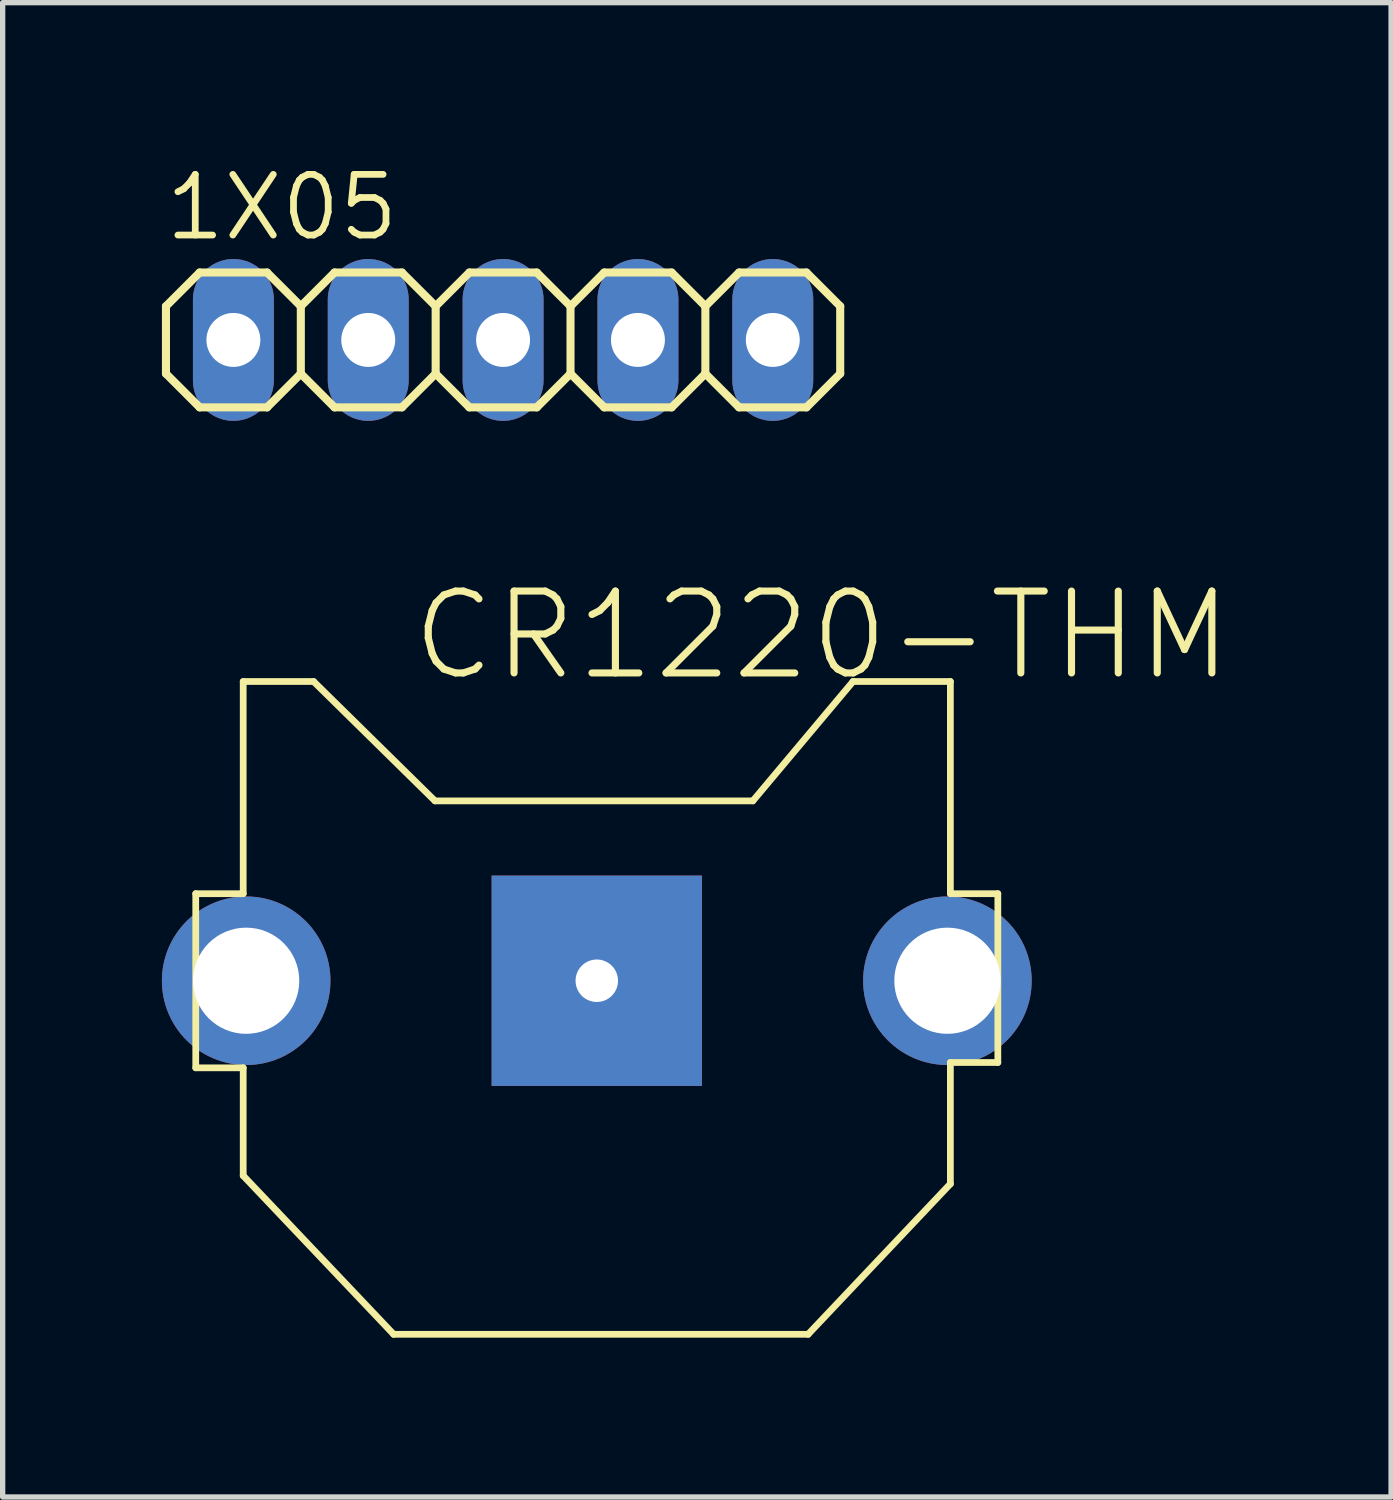
<source format=kicad_pcb>
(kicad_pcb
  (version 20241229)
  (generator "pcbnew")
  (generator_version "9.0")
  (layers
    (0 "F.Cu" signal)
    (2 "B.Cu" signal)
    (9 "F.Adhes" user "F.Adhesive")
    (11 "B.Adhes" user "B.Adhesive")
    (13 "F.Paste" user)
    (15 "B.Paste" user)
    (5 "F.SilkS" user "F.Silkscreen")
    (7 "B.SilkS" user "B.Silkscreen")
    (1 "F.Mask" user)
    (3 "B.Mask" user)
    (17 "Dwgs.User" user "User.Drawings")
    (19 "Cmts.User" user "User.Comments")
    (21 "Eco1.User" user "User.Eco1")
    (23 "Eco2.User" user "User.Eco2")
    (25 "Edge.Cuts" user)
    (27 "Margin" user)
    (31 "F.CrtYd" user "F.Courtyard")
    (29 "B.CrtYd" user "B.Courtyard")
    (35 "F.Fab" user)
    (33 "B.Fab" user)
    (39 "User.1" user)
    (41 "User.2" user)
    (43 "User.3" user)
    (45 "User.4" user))
  (footprint "CR1220-THM"
    (layer "F.Cu")
    (at 8.191 15.423)
    (property "Reference" "CR1220-THM" (at -3.556 -5.602 0) (layer "F.SilkS") (effects (font (size 1.542 1.542) (thickness 0.134)) (justify left bottom)))
    (fp_line (start -7.554 -1.64) (end -7.554 1.64) (stroke (width 0.127) (type solid)) (layer "F.SilkS"))
    (fp_line (start -7.554 1.64) (end -6.66 1.64) (stroke (width 0.127) (type solid)) (layer "F.SilkS"))
    (fp_line (start -6.66 -5.636) (end -6.66 -1.64) (stroke (width 0.127) (type solid)) (layer "F.SilkS"))
    (fp_line (start -6.66 -1.64) (end -7.554 -1.64) (stroke (width 0.127) (type solid)) (layer "F.SilkS"))
    (fp_line (start -6.66 1.64) (end -6.66 3.672) (stroke (width 0.127) (type solid)) (layer "F.SilkS"))
    (fp_line (start -6.66 3.672) (end -3.826 6.66) (stroke (width 0.127) (type solid)) (layer "F.SilkS"))
    (fp_line (start -5.334 -5.636) (end -6.66 -5.636) (stroke (width 0.127) (type solid)) (layer "F.SilkS"))
    (fp_line (start -3.826 6.66) (end 3.98 6.66) (stroke (width 0.127) (type solid)) (layer "F.SilkS"))
    (fp_line (start -3.048 -3.388) (end -5.334 -5.636) (stroke (width 0.127) (type solid)) (layer "F.SilkS"))
    (fp_line (start 2.94 -3.388) (end -3.048 -3.388) (stroke (width 0.127) (type solid)) (layer "F.SilkS"))
    (fp_line (start 3.98 6.66) (end 6.66 3.826) (stroke (width 0.127) (type solid)) (layer "F.SilkS"))
    (fp_line (start 4.826 -5.636) (end 2.94 -3.388) (stroke (width 0.127) (type solid)) (layer "F.SilkS"))
    (fp_line (start 6.66 -5.636) (end 4.826 -5.636) (stroke (width 0.127) (type solid)) (layer "F.SilkS"))
    (fp_line (start 6.66 -1.64) (end 6.66 -5.636) (stroke (width 0.127) (type solid)) (layer "F.SilkS"))
    (fp_line (start 6.66 1.54) (end 7.554 1.54) (stroke (width 0.127) (type solid)) (layer "F.SilkS"))
    (fp_line (start 6.66 3.826) (end 6.66 1.54) (stroke (width 0.127) (type solid)) (layer "F.SilkS"))
    (fp_line (start 7.554 -1.64) (end 6.66 -1.64) (stroke (width 0.127) (type solid)) (layer "F.SilkS"))
    (fp_line (start 7.554 1.54) (end 7.554 -1.64) (stroke (width 0.127) (type solid)) (layer "F.SilkS"))
    (pad "+1" thru_hole circle (at -6.604 0) (size 3.175 3.175) (drill 2) (layers "*.Cu" "*.Mask"))
    (pad "+2" thru_hole circle (at 6.604 0) (size 3.175 3.175) (drill 2) (layers "*.Cu" "*.Mask"))
    (pad "-" thru_hole rect (at 0 0) (size 3.962 3.962) (drill 0.8) (layers "*.Cu" "*.Mask")))
  (footprint "1X05"
    (layer "F.Cu")
    (at 6.426 3.353)
    (property "Reference" "1X05" (at -6.426 -1.829 0) (layer "F.SilkS") (effects (font (size 1.143 1.143) (thickness 0.127)) (justify left bottom)))
    (fp_line (start -6.35 -0.635) (end -6.35 0.635) (stroke (width 0.152) (type solid)) (layer "F.SilkS"))
    (fp_line (start -6.35 0.635) (end -5.715 1.27) (stroke (width 0.152) (type solid)) (layer "F.SilkS"))
    (fp_line (start -5.715 -1.27) (end -6.35 -0.635) (stroke (width 0.152) (type solid)) (layer "F.SilkS"))
    (fp_line (start -5.715 -1.27) (end -4.445 -1.27) (stroke (width 0.152) (type solid)) (layer "F.SilkS"))
    (fp_line (start -4.445 -1.27) (end -3.81 -0.635) (stroke (width 0.152) (type solid)) (layer "F.SilkS"))
    (fp_line (start -4.445 1.27) (end -5.715 1.27) (stroke (width 0.152) (type solid)) (layer "F.SilkS"))
    (fp_line (start -3.81 -0.635) (end -3.81 0.635) (stroke (width 0.152) (type solid)) (layer "F.SilkS"))
    (fp_line (start -3.81 -0.635) (end -3.175 -1.27) (stroke (width 0.152) (type solid)) (layer "F.SilkS"))
    (fp_line (start -3.81 0.635) (end -4.445 1.27) (stroke (width 0.152) (type solid)) (layer "F.SilkS"))
    (fp_line (start -3.175 -1.27) (end -1.905 -1.27) (stroke (width 0.152) (type solid)) (layer "F.SilkS"))
    (fp_line (start -3.175 1.27) (end -3.81 0.635) (stroke (width 0.152) (type solid)) (layer "F.SilkS"))
    (fp_line (start -1.905 -1.27) (end -1.27 -0.635) (stroke (width 0.152) (type solid)) (layer "F.SilkS"))
    (fp_line (start -1.905 1.27) (end -3.175 1.27) (stroke (width 0.152) (type solid)) (layer "F.SilkS"))
    (fp_line (start -1.27 -0.635) (end -1.27 0.635) (stroke (width 0.152) (type solid)) (layer "F.SilkS"))
    (fp_line (start -1.27 -0.635) (end -0.635 -1.27) (stroke (width 0.152) (type solid)) (layer "F.SilkS"))
    (fp_line (start -1.27 0.635) (end -1.905 1.27) (stroke (width 0.152) (type solid)) (layer "F.SilkS"))
    (fp_line (start -0.635 -1.27) (end 0.635 -1.27) (stroke (width 0.152) (type solid)) (layer "F.SilkS"))
    (fp_line (start -0.635 1.27) (end -1.27 0.635) (stroke (width 0.152) (type solid)) (layer "F.SilkS"))
    (fp_line (start 0.635 -1.27) (end 1.27 -0.635) (stroke (width 0.152) (type solid)) (layer "F.SilkS"))
    (fp_line (start 0.635 1.27) (end -0.635 1.27) (stroke (width 0.152) (type solid)) (layer "F.SilkS"))
    (fp_line (start 1.27 -0.635) (end 1.27 0.635) (stroke (width 0.152) (type solid)) (layer "F.SilkS"))
    (fp_line (start 1.27 0.635) (end 0.635 1.27) (stroke (width 0.152) (type solid)) (layer "F.SilkS"))
    (fp_line (start 1.27 0.635) (end 1.905 1.27) (stroke (width 0.152) (type solid)) (layer "F.SilkS"))
    (fp_line (start 1.905 -1.27) (end 1.27 -0.635) (stroke (width 0.152) (type solid)) (layer "F.SilkS"))
    (fp_line (start 1.905 -1.27) (end 3.175 -1.27) (stroke (width 0.152) (type solid)) (layer "F.SilkS"))
    (fp_line (start 3.175 -1.27) (end 3.81 -0.635) (stroke (width 0.152) (type solid)) (layer "F.SilkS"))
    (fp_line (start 3.175 1.27) (end 1.905 1.27) (stroke (width 0.152) (type solid)) (layer "F.SilkS"))
    (fp_line (start 3.81 -0.635) (end 3.81 0.635) (stroke (width 0.152) (type solid)) (layer "F.SilkS"))
    (fp_line (start 3.81 0.635) (end 3.175 1.27) (stroke (width 0.152) (type solid)) (layer "F.SilkS"))
    (fp_line (start 3.81 0.635) (end 4.445 1.27) (stroke (width 0.152) (type solid)) (layer "F.SilkS"))
    (fp_line (start 4.445 -1.27) (end 3.81 -0.635) (stroke (width 0.152) (type solid)) (layer "F.SilkS"))
    (fp_line (start 4.445 -1.27) (end 5.715 -1.27) (stroke (width 0.152) (type solid)) (layer "F.SilkS"))
    (fp_line (start 5.715 -1.27) (end 6.35 -0.635) (stroke (width 0.152) (type solid)) (layer "F.SilkS"))
    (fp_line (start 5.715 1.27) (end 4.445 1.27) (stroke (width 0.152) (type solid)) (layer "F.SilkS"))
    (fp_line (start 6.35 -0.635) (end 6.35 0.635) (stroke (width 0.152) (type solid)) (layer "F.SilkS"))
    (fp_line (start 6.35 0.635) (end 5.715 1.27) (stroke (width 0.152) (type solid)) (layer "F.SilkS"))
    (fp_poly (pts (xy -5.334 0.254) (xy -4.826 0.254) (xy -4.826 -0.254) (xy -5.334 -0.254)) (stroke (width 0.1) (type solid)) (fill no) (layer "F.Fab"))
    (fp_poly (pts (xy -2.794 0.254) (xy -2.286 0.254) (xy -2.286 -0.254) (xy -2.794 -0.254)) (stroke (width 0.1) (type solid)) (fill no) (layer "F.Fab"))
    (fp_poly (pts (xy -0.254 0.254) (xy 0.254 0.254) (xy 0.254 -0.254) (xy -0.254 -0.254)) (stroke (width 0.1) (type solid)) (fill no) (layer "F.Fab"))
    (fp_poly (pts (xy 2.286 0.254) (xy 2.794 0.254) (xy 2.794 -0.254) (xy 2.286 -0.254)) (stroke (width 0.1) (type solid)) (fill no) (layer "F.Fab"))
    (fp_poly (pts (xy 4.826 0.254) (xy 5.334 0.254) (xy 5.334 -0.254) (xy 4.826 -0.254)) (stroke (width 0.1) (type solid)) (fill no) (layer "F.Fab"))
    (pad "1" thru_hole oval (at -5.08 0 90) (size 3.048 1.524) (drill 1.016) (layers "*.Cu" "*.Mask"))
    (pad "2" thru_hole oval (at -2.54 0 90) (size 3.048 1.524) (drill 1.016) (layers "*.Cu" "*.Mask"))
    (pad "3" thru_hole oval (at 0 0 90) (size 3.048 1.524) (drill 1.016) (layers "*.Cu" "*.Mask"))
    (pad "4" thru_hole oval (at 2.54 0 90) (size 3.048 1.524) (drill 1.016) (layers "*.Cu" "*.Mask"))
    (pad "5" thru_hole oval (at 5.08 0 90) (size 3.048 1.524) (drill 1.016) (layers "*.Cu" "*.Mask")))
  (gr_rect
    (start -3 -3)
    (end 23.152 25.147)
    (stroke (width 0.1) (type default))
    (fill no)
    (layer "Edge.Cuts")))
</source>
